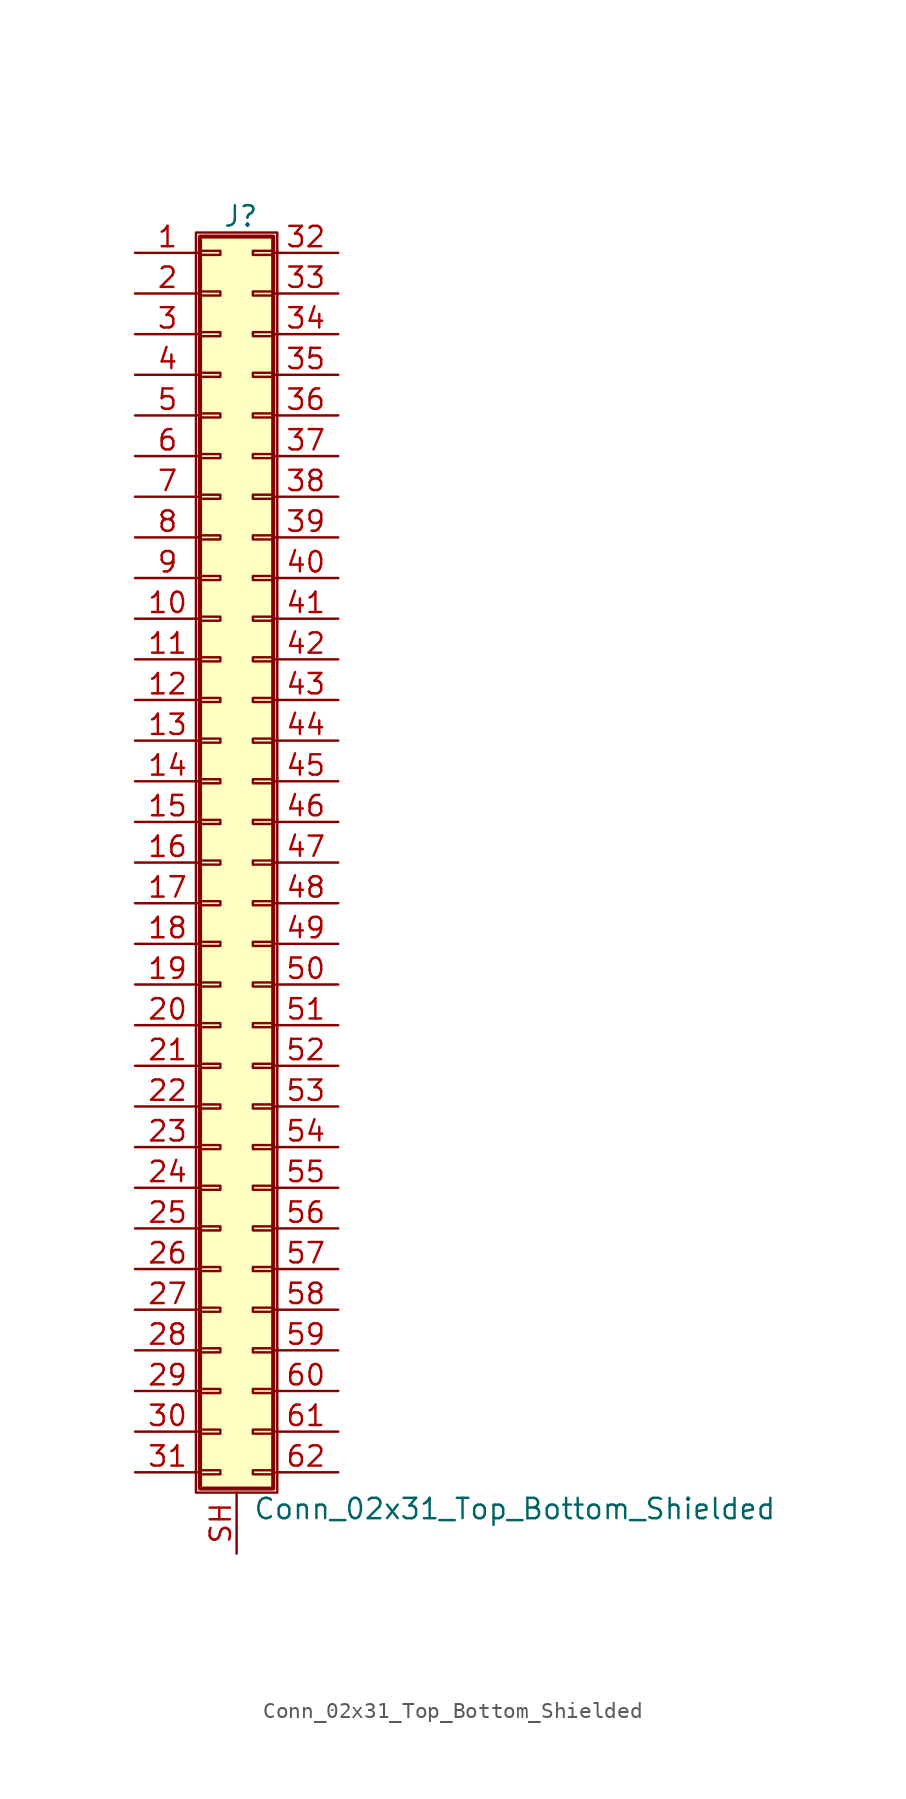
<source format=kicad_sym>
(kicad_symbol_lib
  (version 20201005)
  (generator kicad_symbol_editor)
  (symbol "Conn_02x31_Top_Bottom_Shielded"
    (pin_names
      (offset 1.016) hide)
    (property "Reference" "J"
      (at 1.524 40.386 0)
      (effects (font (size 1.27 1.27))))
    (property "Value" "Conn_02x31_Top_Bottom_Shielded"
      (at 2.286 -40.386 0)
      (effects (font (size 1.27 1.27)) (justify left)))
    (symbol "Conn_02x31_Top_Bottom_Shielded_1_1"
      (rectangle (start -1.27 39.37) (end 3.81 -39.37) (stroke (width 0.152)) (fill (type none)))
      (rectangle (start -1.016 -37.973) (end 0.254 -38.227) (stroke (width 0.152)) (fill (type none)))
      (rectangle (start -1.016 -35.433) (end 0.254 -35.687) (stroke (width 0.152)) (fill (type none)))
      (rectangle (start -1.016 -32.893) (end 0.254 -33.147) (stroke (width 0.152)) (fill (type none)))
      (rectangle (start -1.016 -30.353) (end 0.254 -30.607) (stroke (width 0.152)) (fill (type none)))
      (rectangle (start -1.016 -27.813) (end 0.254 -28.067) (stroke (width 0.152)) (fill (type none)))
      (rectangle (start -1.016 -25.273) (end 0.254 -25.527) (stroke (width 0.152)) (fill (type none)))
      (rectangle (start -1.016 -22.733) (end 0.254 -22.987) (stroke (width 0.152)) (fill (type none)))
      (rectangle (start -1.016 -20.193) (end 0.254 -20.447) (stroke (width 0.152)) (fill (type none)))
      (rectangle (start -1.016 -17.653) (end 0.254 -17.907) (stroke (width 0.152)) (fill (type none)))
      (rectangle (start -1.016 -15.113) (end 0.254 -15.367) (stroke (width 0.152)) (fill (type none)))
      (rectangle (start -1.016 -12.573) (end 0.254 -12.827) (stroke (width 0.152)) (fill (type none)))
      (rectangle (start -1.016 -10.033) (end 0.254 -10.287) (stroke (width 0.152)) (fill (type none)))
      (rectangle (start -1.016 -7.493) (end 0.254 -7.747) (stroke (width 0.152)) (fill (type none)))
      (rectangle (start -1.016 -4.953) (end 0.254 -5.207) (stroke (width 0.152)) (fill (type none)))
      (rectangle (start -1.016 -2.413) (end 0.254 -2.667) (stroke (width 0.152)) (fill (type none)))
      (rectangle (start -1.016 0.127) (end 0.254 -0.127) (stroke (width 0.152)) (fill (type none)))
      (rectangle (start -1.016 2.667) (end 0.254 2.413) (stroke (width 0.152)) (fill (type none)))
      (rectangle (start -1.016 5.207) (end 0.254 4.953) (stroke (width 0.152)) (fill (type none)))
      (rectangle (start -1.016 7.747) (end 0.254 7.493) (stroke (width 0.152)) (fill (type none)))
      (rectangle (start -1.016 10.287) (end 0.254 10.033) (stroke (width 0.152)) (fill (type none)))
      (rectangle (start -1.016 12.827) (end 0.254 12.573) (stroke (width 0.152)) (fill (type none)))
      (rectangle (start -1.016 15.367) (end 0.254 15.113) (stroke (width 0.152)) (fill (type none)))
      (rectangle (start -1.016 17.907) (end 0.254 17.653) (stroke (width 0.152)) (fill (type none)))
      (rectangle (start -1.016 20.447) (end 0.254 20.193) (stroke (width 0.152)) (fill (type none)))
      (rectangle (start -1.016 22.987) (end 0.254 22.733) (stroke (width 0.152)) (fill (type none)))
      (rectangle (start -1.016 25.527) (end 0.254 25.273) (stroke (width 0.152)) (fill (type none)))
      (rectangle (start -1.016 28.067) (end 0.254 27.813) (stroke (width 0.152)) (fill (type none)))
      (rectangle (start -1.016 30.607) (end 0.254 30.353) (stroke (width 0.152)) (fill (type none)))
      (rectangle (start -1.016 33.147) (end 0.254 32.893) (stroke (width 0.152)) (fill (type none)))
      (rectangle (start -1.016 35.687) (end 0.254 35.433) (stroke (width 0.152)) (fill (type none)))
      (rectangle (start -1.016 38.227) (end 0.254 37.973) (stroke (width 0.152)) (fill (type none)))
      (rectangle (start -1.016 39.116) (end 3.556 -39.116) (stroke (width 0.254)) (fill (type background)))
      (rectangle (start 3.556 -37.973) (end 2.286 -38.227) (stroke (width 0.152)) (fill (type none)))
      (rectangle (start 3.556 -35.433) (end 2.286 -35.687) (stroke (width 0.152)) (fill (type none)))
      (rectangle (start 3.556 -32.893) (end 2.286 -33.147) (stroke (width 0.152)) (fill (type none)))
      (rectangle (start 3.556 -30.353) (end 2.286 -30.607) (stroke (width 0.152)) (fill (type none)))
      (rectangle (start 3.556 -27.813) (end 2.286 -28.067) (stroke (width 0.152)) (fill (type none)))
      (rectangle (start 3.556 -25.273) (end 2.286 -25.527) (stroke (width 0.152)) (fill (type none)))
      (rectangle (start 3.556 -22.733) (end 2.286 -22.987) (stroke (width 0.152)) (fill (type none)))
      (rectangle (start 3.556 -20.193) (end 2.286 -20.447) (stroke (width 0.152)) (fill (type none)))
      (rectangle (start 3.556 -17.653) (end 2.286 -17.907) (stroke (width 0.152)) (fill (type none)))
      (rectangle (start 3.556 -15.113) (end 2.286 -15.367) (stroke (width 0.152)) (fill (type none)))
      (rectangle (start 3.556 -12.573) (end 2.286 -12.827) (stroke (width 0.152)) (fill (type none)))
      (rectangle (start 3.556 -10.033) (end 2.286 -10.287) (stroke (width 0.152)) (fill (type none)))
      (rectangle (start 3.556 -7.493) (end 2.286 -7.747) (stroke (width 0.152)) (fill (type none)))
      (rectangle (start 3.556 -4.953) (end 2.286 -5.207) (stroke (width 0.152)) (fill (type none)))
      (rectangle (start 3.556 -2.413) (end 2.286 -2.667) (stroke (width 0.152)) (fill (type none)))
      (rectangle (start 3.556 0.127) (end 2.286 -0.127) (stroke (width 0.152)) (fill (type none)))
      (rectangle (start 3.556 2.667) (end 2.286 2.413) (stroke (width 0.152)) (fill (type none)))
      (rectangle (start 3.556 5.207) (end 2.286 4.953) (stroke (width 0.152)) (fill (type none)))
      (rectangle (start 3.556 7.747) (end 2.286 7.493) (stroke (width 0.152)) (fill (type none)))
      (rectangle (start 3.556 10.287) (end 2.286 10.033) (stroke (width 0.152)) (fill (type none)))
      (rectangle (start 3.556 12.827) (end 2.286 12.573) (stroke (width 0.152)) (fill (type none)))
      (rectangle (start 3.556 15.367) (end 2.286 15.113) (stroke (width 0.152)) (fill (type none)))
      (rectangle (start 3.556 17.907) (end 2.286 17.653) (stroke (width 0.152)) (fill (type none)))
      (rectangle (start 3.556 20.447) (end 2.286 20.193) (stroke (width 0.152)) (fill (type none)))
      (rectangle (start 3.556 22.987) (end 2.286 22.733) (stroke (width 0.152)) (fill (type none)))
      (rectangle (start 3.556 25.527) (end 2.286 25.273) (stroke (width 0.152)) (fill (type none)))
      (rectangle (start 3.556 28.067) (end 2.286 27.813) (stroke (width 0.152)) (fill (type none)))
      (rectangle (start 3.556 30.607) (end 2.286 30.353) (stroke (width 0.152)) (fill (type none)))
      (rectangle (start 3.556 33.147) (end 2.286 32.893) (stroke (width 0.152)) (fill (type none)))
      (rectangle (start 3.556 35.687) (end 2.286 35.433) (stroke (width 0.152)) (fill (type none)))
      (rectangle (start 3.556 38.227) (end 2.286 37.973) (stroke (width 0.152)) (fill (type none)))
      (pin passive line (at -5.08 38.1 0) (length 4.064) (name "Pin_1" (effects (font (size 1.27 1.27)))) (number "1" (effects (font (size 1.27 1.27)))))
      (pin passive line (at -5.08 15.24 0) (length 4.064) (name "Pin_10" (effects (font (size 1.27 1.27)))) (number "10" (effects (font (size 1.27 1.27)))))
      (pin passive line (at -5.08 12.7 0) (length 4.064) (name "Pin_11" (effects (font (size 1.27 1.27)))) (number "11" (effects (font (size 1.27 1.27)))))
      (pin passive line (at -5.08 10.16 0) (length 4.064) (name "Pin_12" (effects (font (size 1.27 1.27)))) (number "12" (effects (font (size 1.27 1.27)))))
      (pin passive line (at -5.08 7.62 0) (length 4.064) (name "Pin_13" (effects (font (size 1.27 1.27)))) (number "13" (effects (font (size 1.27 1.27)))))
      (pin passive line (at -5.08 5.08 0) (length 4.064) (name "Pin_14" (effects (font (size 1.27 1.27)))) (number "14" (effects (font (size 1.27 1.27)))))
      (pin passive line (at -5.08 2.54 0) (length 4.064) (name "Pin_15" (effects (font (size 1.27 1.27)))) (number "15" (effects (font (size 1.27 1.27)))))
      (pin passive line (at -5.08 0 0) (length 4.064) (name "Pin_16" (effects (font (size 1.27 1.27)))) (number "16" (effects (font (size 1.27 1.27)))))
      (pin passive line (at -5.08 -2.54 0) (length 4.064) (name "Pin_17" (effects (font (size 1.27 1.27)))) (number "17" (effects (font (size 1.27 1.27)))))
      (pin passive line (at -5.08 -5.08 0) (length 4.064) (name "Pin_18" (effects (font (size 1.27 1.27)))) (number "18" (effects (font (size 1.27 1.27)))))
      (pin passive line (at -5.08 -7.62 0) (length 4.064) (name "Pin_19" (effects (font (size 1.27 1.27)))) (number "19" (effects (font (size 1.27 1.27)))))
      (pin passive line (at -5.08 35.56 0) (length 4.064) (name "Pin_2" (effects (font (size 1.27 1.27)))) (number "2" (effects (font (size 1.27 1.27)))))
      (pin passive line (at -5.08 -10.16 0) (length 4.064) (name "Pin_20" (effects (font (size 1.27 1.27)))) (number "20" (effects (font (size 1.27 1.27)))))
      (pin passive line (at -5.08 -12.7 0) (length 4.064) (name "Pin_21" (effects (font (size 1.27 1.27)))) (number "21" (effects (font (size 1.27 1.27)))))
      (pin passive line (at -5.08 -15.24 0) (length 4.064) (name "Pin_22" (effects (font (size 1.27 1.27)))) (number "22" (effects (font (size 1.27 1.27)))))
      (pin passive line (at -5.08 -17.78 0) (length 4.064) (name "Pin_23" (effects (font (size 1.27 1.27)))) (number "23" (effects (font (size 1.27 1.27)))))
      (pin passive line (at -5.08 -20.32 0) (length 4.064) (name "Pin_24" (effects (font (size 1.27 1.27)))) (number "24" (effects (font (size 1.27 1.27)))))
      (pin passive line (at -5.08 -22.86 0) (length 4.064) (name "Pin_25" (effects (font (size 1.27 1.27)))) (number "25" (effects (font (size 1.27 1.27)))))
      (pin passive line (at -5.08 -25.4 0) (length 4.064) (name "Pin_26" (effects (font (size 1.27 1.27)))) (number "26" (effects (font (size 1.27 1.27)))))
      (pin passive line (at -5.08 -27.94 0) (length 4.064) (name "Pin_27" (effects (font (size 1.27 1.27)))) (number "27" (effects (font (size 1.27 1.27)))))
      (pin passive line (at -5.08 -30.48 0) (length 4.064) (name "Pin_28" (effects (font (size 1.27 1.27)))) (number "28" (effects (font (size 1.27 1.27)))))
      (pin passive line (at -5.08 -33.02 0) (length 4.064) (name "Pin_29" (effects (font (size 1.27 1.27)))) (number "29" (effects (font (size 1.27 1.27)))))
      (pin passive line (at -5.08 33.02 0) (length 4.064) (name "Pin_3" (effects (font (size 1.27 1.27)))) (number "3" (effects (font (size 1.27 1.27)))))
      (pin passive line (at -5.08 -35.56 0) (length 4.064) (name "Pin_30" (effects (font (size 1.27 1.27)))) (number "30" (effects (font (size 1.27 1.27)))))
      (pin passive line (at -5.08 -38.1 0) (length 4.064) (name "Pin_31" (effects (font (size 1.27 1.27)))) (number "31" (effects (font (size 1.27 1.27)))))
      (pin passive line (at 7.62 38.1 180) (length 4.064) (name "Pin_32" (effects (font (size 1.27 1.27)))) (number "32" (effects (font (size 1.27 1.27)))))
      (pin passive line (at 7.62 35.56 180) (length 4.064) (name "Pin_33" (effects (font (size 1.27 1.27)))) (number "33" (effects (font (size 1.27 1.27)))))
      (pin passive line (at 7.62 33.02 180) (length 4.064) (name "Pin_34" (effects (font (size 1.27 1.27)))) (number "34" (effects (font (size 1.27 1.27)))))
      (pin passive line (at 7.62 30.48 180) (length 4.064) (name "Pin_35" (effects (font (size 1.27 1.27)))) (number "35" (effects (font (size 1.27 1.27)))))
      (pin passive line (at 7.62 27.94 180) (length 4.064) (name "Pin_36" (effects (font (size 1.27 1.27)))) (number "36" (effects (font (size 1.27 1.27)))))
      (pin passive line (at 7.62 25.4 180) (length 4.064) (name "Pin_37" (effects (font (size 1.27 1.27)))) (number "37" (effects (font (size 1.27 1.27)))))
      (pin passive line (at 7.62 22.86 180) (length 4.064) (name "Pin_38" (effects (font (size 1.27 1.27)))) (number "38" (effects (font (size 1.27 1.27)))))
      (pin passive line (at 7.62 20.32 180) (length 4.064) (name "Pin_39" (effects (font (size 1.27 1.27)))) (number "39" (effects (font (size 1.27 1.27)))))
      (pin passive line (at -5.08 30.48 0) (length 4.064) (name "Pin_4" (effects (font (size 1.27 1.27)))) (number "4" (effects (font (size 1.27 1.27)))))
      (pin passive line (at 7.62 17.78 180) (length 4.064) (name "Pin_40" (effects (font (size 1.27 1.27)))) (number "40" (effects (font (size 1.27 1.27)))))
      (pin passive line (at 7.62 15.24 180) (length 4.064) (name "Pin_41" (effects (font (size 1.27 1.27)))) (number "41" (effects (font (size 1.27 1.27)))))
      (pin passive line (at 7.62 12.7 180) (length 4.064) (name "Pin_42" (effects (font (size 1.27 1.27)))) (number "42" (effects (font (size 1.27 1.27)))))
      (pin passive line (at 7.62 10.16 180) (length 4.064) (name "Pin_43" (effects (font (size 1.27 1.27)))) (number "43" (effects (font (size 1.27 1.27)))))
      (pin passive line (at 7.62 7.62 180) (length 4.064) (name "Pin_44" (effects (font (size 1.27 1.27)))) (number "44" (effects (font (size 1.27 1.27)))))
      (pin passive line (at 7.62 5.08 180) (length 4.064) (name "Pin_45" (effects (font (size 1.27 1.27)))) (number "45" (effects (font (size 1.27 1.27)))))
      (pin passive line (at 7.62 2.54 180) (length 4.064) (name "Pin_46" (effects (font (size 1.27 1.27)))) (number "46" (effects (font (size 1.27 1.27)))))
      (pin passive line (at 7.62 0 180) (length 4.064) (name "Pin_47" (effects (font (size 1.27 1.27)))) (number "47" (effects (font (size 1.27 1.27)))))
      (pin passive line (at 7.62 -2.54 180) (length 4.064) (name "Pin_48" (effects (font (size 1.27 1.27)))) (number "48" (effects (font (size 1.27 1.27)))))
      (pin passive line (at 7.62 -5.08 180) (length 4.064) (name "Pin_49" (effects (font (size 1.27 1.27)))) (number "49" (effects (font (size 1.27 1.27)))))
      (pin passive line (at -5.08 27.94 0) (length 4.064) (name "Pin_5" (effects (font (size 1.27 1.27)))) (number "5" (effects (font (size 1.27 1.27)))))
      (pin passive line (at 7.62 -7.62 180) (length 4.064) (name "Pin_50" (effects (font (size 1.27 1.27)))) (number "50" (effects (font (size 1.27 1.27)))))
      (pin passive line (at 7.62 -10.16 180) (length 4.064) (name "Pin_51" (effects (font (size 1.27 1.27)))) (number "51" (effects (font (size 1.27 1.27)))))
      (pin passive line (at 7.62 -12.7 180) (length 4.064) (name "Pin_52" (effects (font (size 1.27 1.27)))) (number "52" (effects (font (size 1.27 1.27)))))
      (pin passive line (at 7.62 -15.24 180) (length 4.064) (name "Pin_53" (effects (font (size 1.27 1.27)))) (number "53" (effects (font (size 1.27 1.27)))))
      (pin passive line (at 7.62 -17.78 180) (length 4.064) (name "Pin_54" (effects (font (size 1.27 1.27)))) (number "54" (effects (font (size 1.27 1.27)))))
      (pin passive line (at 7.62 -20.32 180) (length 4.064) (name "Pin_55" (effects (font (size 1.27 1.27)))) (number "55" (effects (font (size 1.27 1.27)))))
      (pin passive line (at 7.62 -22.86 180) (length 4.064) (name "Pin_56" (effects (font (size 1.27 1.27)))) (number "56" (effects (font (size 1.27 1.27)))))
      (pin passive line (at 7.62 -25.4 180) (length 4.064) (name "Pin_57" (effects (font (size 1.27 1.27)))) (number "57" (effects (font (size 1.27 1.27)))))
      (pin passive line (at 7.62 -27.94 180) (length 4.064) (name "Pin_58" (effects (font (size 1.27 1.27)))) (number "58" (effects (font (size 1.27 1.27)))))
      (pin passive line (at 7.62 -30.48 180) (length 4.064) (name "Pin_59" (effects (font (size 1.27 1.27)))) (number "59" (effects (font (size 1.27 1.27)))))
      (pin passive line (at -5.08 25.4 0) (length 4.064) (name "Pin_6" (effects (font (size 1.27 1.27)))) (number "6" (effects (font (size 1.27 1.27)))))
      (pin passive line (at 7.62 -33.02 180) (length 4.064) (name "Pin_60" (effects (font (size 1.27 1.27)))) (number "60" (effects (font (size 1.27 1.27)))))
      (pin passive line (at 7.62 -35.56 180) (length 4.064) (name "Pin_61" (effects (font (size 1.27 1.27)))) (number "61" (effects (font (size 1.27 1.27)))))
      (pin passive line (at 7.62 -38.1 180) (length 4.064) (name "Pin_62" (effects (font (size 1.27 1.27)))) (number "62" (effects (font (size 1.27 1.27)))))
      (pin passive line (at -5.08 22.86 0) (length 4.064) (name "Pin_7" (effects (font (size 1.27 1.27)))) (number "7" (effects (font (size 1.27 1.27)))))
      (pin passive line (at -5.08 20.32 0) (length 4.064) (name "Pin_8" (effects (font (size 1.27 1.27)))) (number "8" (effects (font (size 1.27 1.27)))))
      (pin passive line (at -5.08 17.78 0) (length 4.064) (name "Pin_9" (effects (font (size 1.27 1.27)))) (number "9" (effects (font (size 1.27 1.27)))))
      (pin passive line (at 1.27 -43.18 90) (length 3.81) (name "Shield" (effects (font (size 1.27 1.27)))) (number "SH" (effects (font (size 1.27 1.27))))))))
</source>
